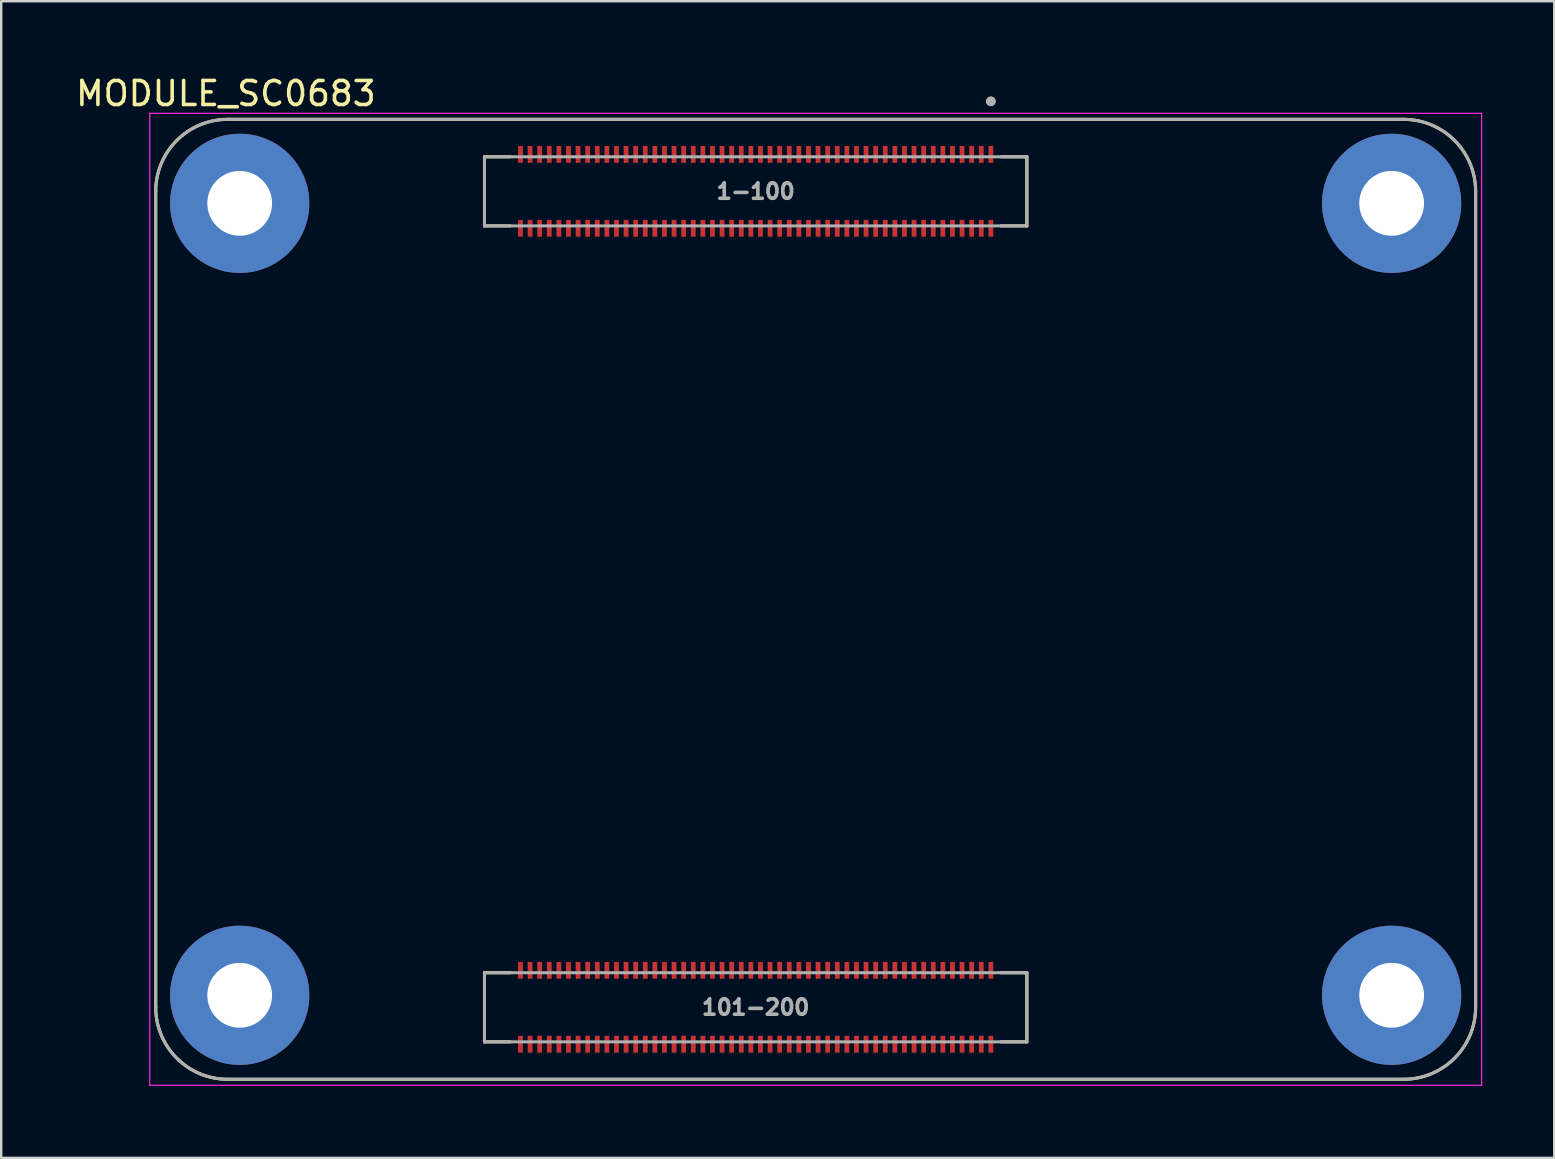
<source format=kicad_pcb>
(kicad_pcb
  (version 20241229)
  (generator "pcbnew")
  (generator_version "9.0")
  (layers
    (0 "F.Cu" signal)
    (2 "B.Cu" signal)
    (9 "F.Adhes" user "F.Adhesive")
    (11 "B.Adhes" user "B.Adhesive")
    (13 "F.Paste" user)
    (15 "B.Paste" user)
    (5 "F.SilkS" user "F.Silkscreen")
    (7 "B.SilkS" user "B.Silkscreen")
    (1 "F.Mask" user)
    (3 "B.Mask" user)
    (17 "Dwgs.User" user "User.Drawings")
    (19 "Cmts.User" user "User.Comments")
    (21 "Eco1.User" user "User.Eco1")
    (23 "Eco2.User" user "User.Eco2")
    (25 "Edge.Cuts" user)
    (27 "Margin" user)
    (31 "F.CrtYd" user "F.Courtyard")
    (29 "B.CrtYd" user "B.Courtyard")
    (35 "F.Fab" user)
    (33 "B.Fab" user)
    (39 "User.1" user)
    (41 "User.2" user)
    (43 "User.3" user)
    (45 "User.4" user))
  (footprint "MODULE_SC0683"
    (layer "F.Cu")
    (at 30.938 21.923)
    (property "Reference" "MODULE_SC0683" (at -24.575 -21.075 0) (layer "F.SilkS") (effects (font (size 1 1) (thickness 0.15))))
    (attr smd)
    (fp_line (start -27.5 -17) (end -27.5 17) (stroke (width 0.127) (type solid)) (layer "F.SilkS"))
    (fp_line (start -24.5 20) (end 24.5 20) (stroke (width 0.127) (type solid)) (layer "F.SilkS"))
    (fp_line (start -13.8 -18.44) (end -13.8 -15.56) (stroke (width 0.127) (type solid)) (layer "F.SilkS"))
    (fp_line (start -13.8 -15.56) (end -12.72 -15.56) (stroke (width 0.127) (type solid)) (layer "F.SilkS"))
    (fp_line (start -13.8 15.56) (end -13.8 18.44) (stroke (width 0.127) (type solid)) (layer "F.SilkS"))
    (fp_line (start -13.8 18.44) (end -12.72 18.44) (stroke (width 0.127) (type solid)) (layer "F.SilkS"))
    (fp_line (start -12.72 -18.44) (end -13.8 -18.44) (stroke (width 0.127) (type solid)) (layer "F.SilkS"))
    (fp_line (start -12.72 15.56) (end -13.8 15.56) (stroke (width 0.127) (type solid)) (layer "F.SilkS"))
    (fp_line (start 7.72 -18.44) (end 8.8 -18.44) (stroke (width 0.127) (type solid)) (layer "F.SilkS"))
    (fp_line (start 7.72 15.56) (end 8.8 15.56) (stroke (width 0.127) (type solid)) (layer "F.SilkS"))
    (fp_line (start 8.8 -18.44) (end 8.8 -15.56) (stroke (width 0.127) (type solid)) (layer "F.SilkS"))
    (fp_line (start 8.8 -15.56) (end 7.72 -15.56) (stroke (width 0.127) (type solid)) (layer "F.SilkS"))
    (fp_line (start 8.8 15.56) (end 8.8 18.44) (stroke (width 0.127) (type solid)) (layer "F.SilkS"))
    (fp_line (start 8.8 18.44) (end 7.72 18.44) (stroke (width 0.127) (type solid)) (layer "F.SilkS"))
    (fp_line (start 24.5 -20) (end -24.5 -20) (stroke (width 0.127) (type solid)) (layer "F.SilkS"))
    (fp_line (start 27.5 17) (end 27.5 -17) (stroke (width 0.127) (type solid)) (layer "F.SilkS"))
    (fp_arc (start -27.5 -17) (mid -26.62132 -19.12132) (end -24.5 -20) (stroke (width 0.127) (type solid)) (layer "F.SilkS"))
    (fp_arc (start -24.5 20) (mid -26.62132 19.12132) (end -27.5 17) (stroke (width 0.127) (type solid)) (layer "F.SilkS"))
    (fp_arc (start 24.5 -20) (mid 26.62132 -19.12132) (end 27.5 -17) (stroke (width 0.127) (type solid)) (layer "F.SilkS"))
    (fp_arc (start 27.5 17) (mid 26.62132 19.12132) (end 24.5 20) (stroke (width 0.127) (type solid)) (layer "F.SilkS"))
    (fp_circle (center 7.3 -20.75) (end 7.4 -20.75) (stroke (width 0.2) (type solid)) (fill no) (layer "F.SilkS"))
    (fp_line (start -27.75 -20.25) (end -27.75 20.25) (stroke (width 0.05) (type solid)) (layer "F.CrtYd"))
    (fp_line (start -27.75 20.25) (end 27.75 20.25) (stroke (width 0.05) (type solid)) (layer "F.CrtYd"))
    (fp_line (start 27.75 -20.25) (end -27.75 -20.25) (stroke (width 0.05) (type solid)) (layer "F.CrtYd"))
    (fp_line (start 27.75 20.25) (end 27.75 -20.25) (stroke (width 0.05) (type solid)) (layer "F.CrtYd"))
    (fp_line (start -27.5 -17) (end -27.5 17) (stroke (width 0.127) (type solid)) (layer "F.Fab"))
    (fp_line (start -24.5 20) (end 24.5 20) (stroke (width 0.127) (type solid)) (layer "F.Fab"))
    (fp_line (start -13.8 -18.44) (end 8.8 -18.44) (stroke (width 0.127) (type solid)) (layer "F.Fab"))
    (fp_line (start -13.8 -15.56) (end -13.8 -18.44) (stroke (width 0.127) (type solid)) (layer "F.Fab"))
    (fp_line (start -13.8 15.56) (end 8.8 15.56) (stroke (width 0.127) (type solid)) (layer "F.Fab"))
    (fp_line (start -13.8 18.44) (end -13.8 15.56) (stroke (width 0.127) (type solid)) (layer "F.Fab"))
    (fp_line (start 8.8 -18.44) (end 8.8 -15.56) (stroke (width 0.127) (type solid)) (layer "F.Fab"))
    (fp_line (start 8.8 -15.56) (end -13.8 -15.56) (stroke (width 0.127) (type solid)) (layer "F.Fab"))
    (fp_line (start 8.8 15.56) (end 8.8 18.44) (stroke (width 0.127) (type solid)) (layer "F.Fab"))
    (fp_line (start 8.8 18.44) (end -13.8 18.44) (stroke (width 0.127) (type solid)) (layer "F.Fab"))
    (fp_line (start 24.5 -20) (end -24.5 -20) (stroke (width 0.127) (type solid)) (layer "F.Fab"))
    (fp_line (start 27.5 17) (end 27.5 -17) (stroke (width 0.127) (type solid)) (layer "F.Fab"))
    (fp_arc (start -27.5 -17) (mid -26.62132 -19.12132) (end -24.5 -20) (stroke (width 0.127) (type solid)) (layer "F.Fab"))
    (fp_arc (start -24.5 20) (mid -26.62132 19.12132) (end -27.5 17) (stroke (width 0.127) (type solid)) (layer "F.Fab"))
    (fp_arc (start 24.5 -20) (mid 26.62132 -19.12132) (end 27.5 -17) (stroke (width 0.127) (type solid)) (layer "F.Fab"))
    (fp_arc (start 27.5 17) (mid 26.62132 19.12132) (end 24.5 20) (stroke (width 0.127) (type solid)) (layer "F.Fab"))
    (fp_circle (center 7.3 -20.75) (end 7.4 -20.75) (stroke (width 0.2) (type solid)) (fill no) (layer "F.Fab"))
    (fp_text user "1-100" (at -2.5 -17 0) (layer "F.Fab") (effects (font (size 0.64 0.64) (thickness 0.15))))
    (fp_text user "101-200" (at -2.5 17 0) (layer "F.Fab") (effects (font (size 0.64 0.64) (thickness 0.15))))
    (pad "1" smd rect (at 7.3 -18.54) (size 0.2 0.7) (layers "F.Cu" "F.Mask" "F.Paste"))
    (pad "2" smd rect (at 7.3 -15.46) (size 0.2 0.7) (layers "F.Cu" "F.Mask" "F.Paste"))
    (pad "3" smd rect (at 6.9 -18.54) (size 0.2 0.7) (layers "F.Cu" "F.Mask" "F.Paste"))
    (pad "4" smd rect (at 6.9 -15.46) (size 0.2 0.7) (layers "F.Cu" "F.Mask" "F.Paste"))
    (pad "5" smd rect (at 6.5 -18.54) (size 0.2 0.7) (layers "F.Cu" "F.Mask" "F.Paste"))
    (pad "6" smd rect (at 6.5 -15.46) (size 0.2 0.7) (layers "F.Cu" "F.Mask" "F.Paste"))
    (pad "7" smd rect (at 6.1 -18.54) (size 0.2 0.7) (layers "F.Cu" "F.Mask" "F.Paste"))
    (pad "8" smd rect (at 6.1 -15.46) (size 0.2 0.7) (layers "F.Cu" "F.Mask" "F.Paste"))
    (pad "9" smd rect (at 5.7 -18.54) (size 0.2 0.7) (layers "F.Cu" "F.Mask" "F.Paste"))
    (pad "10" smd rect (at 5.7 -15.46) (size 0.2 0.7) (layers "F.Cu" "F.Mask" "F.Paste"))
    (pad "11" smd rect (at 5.3 -18.54) (size 0.2 0.7) (layers "F.Cu" "F.Mask" "F.Paste"))
    (pad "12" smd rect (at 5.3 -15.46) (size 0.2 0.7) (layers "F.Cu" "F.Mask" "F.Paste"))
    (pad "13" smd rect (at 4.9 -18.54) (size 0.2 0.7) (layers "F.Cu" "F.Mask" "F.Paste"))
    (pad "14" smd rect (at 4.9 -15.46) (size 0.2 0.7) (layers "F.Cu" "F.Mask" "F.Paste"))
    (pad "15" smd rect (at 4.5 -18.54) (size 0.2 0.7) (layers "F.Cu" "F.Mask" "F.Paste"))
    (pad "16" smd rect (at 4.5 -15.46) (size 0.2 0.7) (layers "F.Cu" "F.Mask" "F.Paste"))
    (pad "17" smd rect (at 4.1 -18.54) (size 0.2 0.7) (layers "F.Cu" "F.Mask" "F.Paste"))
    (pad "18" smd rect (at 4.1 -15.46) (size 0.2 0.7) (layers "F.Cu" "F.Mask" "F.Paste"))
    (pad "19" smd rect (at 3.7 -18.54) (size 0.2 0.7) (layers "F.Cu" "F.Mask" "F.Paste"))
    (pad "20" smd rect (at 3.7 -15.46) (size 0.2 0.7) (layers "F.Cu" "F.Mask" "F.Paste"))
    (pad "21" smd rect (at 3.3 -18.54) (size 0.2 0.7) (layers "F.Cu" "F.Mask" "F.Paste"))
    (pad "22" smd rect (at 3.3 -15.46) (size 0.2 0.7) (layers "F.Cu" "F.Mask" "F.Paste"))
    (pad "23" smd rect (at 2.9 -18.54) (size 0.2 0.7) (layers "F.Cu" "F.Mask" "F.Paste"))
    (pad "24" smd rect (at 2.9 -15.46) (size 0.2 0.7) (layers "F.Cu" "F.Mask" "F.Paste"))
    (pad "25" smd rect (at 2.5 -18.54) (size 0.2 0.7) (layers "F.Cu" "F.Mask" "F.Paste"))
    (pad "26" smd rect (at 2.5 -15.46) (size 0.2 0.7) (layers "F.Cu" "F.Mask" "F.Paste"))
    (pad "27" smd rect (at 2.1 -18.54) (size 0.2 0.7) (layers "F.Cu" "F.Mask" "F.Paste"))
    (pad "28" smd rect (at 2.1 -15.46) (size 0.2 0.7) (layers "F.Cu" "F.Mask" "F.Paste"))
    (pad "29" smd rect (at 1.7 -18.54) (size 0.2 0.7) (layers "F.Cu" "F.Mask" "F.Paste"))
    (pad "30" smd rect (at 1.7 -15.46) (size 0.2 0.7) (layers "F.Cu" "F.Mask" "F.Paste"))
    (pad "31" smd rect (at 1.3 -18.54) (size 0.2 0.7) (layers "F.Cu" "F.Mask" "F.Paste"))
    (pad "32" smd rect (at 1.3 -15.46) (size 0.2 0.7) (layers "F.Cu" "F.Mask" "F.Paste"))
    (pad "33" smd rect (at 0.9 -18.54) (size 0.2 0.7) (layers "F.Cu" "F.Mask" "F.Paste"))
    (pad "34" smd rect (at 0.9 -15.46) (size 0.2 0.7) (layers "F.Cu" "F.Mask" "F.Paste"))
    (pad "35" smd rect (at 0.5 -18.54) (size 0.2 0.7) (layers "F.Cu" "F.Mask" "F.Paste"))
    (pad "36" smd rect (at 0.5 -15.46) (size 0.2 0.7) (layers "F.Cu" "F.Mask" "F.Paste"))
    (pad "37" smd rect (at 0.1 -18.54) (size 0.2 0.7) (layers "F.Cu" "F.Mask" "F.Paste"))
    (pad "38" smd rect (at 0.1 -15.46) (size 0.2 0.7) (layers "F.Cu" "F.Mask" "F.Paste"))
    (pad "39" smd rect (at -0.3 -18.54) (size 0.2 0.7) (layers "F.Cu" "F.Mask" "F.Paste"))
    (pad "40" smd rect (at -0.3 -15.46) (size 0.2 0.7) (layers "F.Cu" "F.Mask" "F.Paste"))
    (pad "41" smd rect (at -0.7 -18.54) (size 0.2 0.7) (layers "F.Cu" "F.Mask" "F.Paste"))
    (pad "42" smd rect (at -0.7 -15.46) (size 0.2 0.7) (layers "F.Cu" "F.Mask" "F.Paste"))
    (pad "43" smd rect (at -1.1 -18.54) (size 0.2 0.7) (layers "F.Cu" "F.Mask" "F.Paste"))
    (pad "44" smd rect (at -1.1 -15.46) (size 0.2 0.7) (layers "F.Cu" "F.Mask" "F.Paste"))
    (pad "45" smd rect (at -1.5 -18.54) (size 0.2 0.7) (layers "F.Cu" "F.Mask" "F.Paste"))
    (pad "46" smd rect (at -1.5 -15.46) (size 0.2 0.7) (layers "F.Cu" "F.Mask" "F.Paste"))
    (pad "47" smd rect (at -1.9 -18.54) (size 0.2 0.7) (layers "F.Cu" "F.Mask" "F.Paste"))
    (pad "48" smd rect (at -1.9 -15.46) (size 0.2 0.7) (layers "F.Cu" "F.Mask" "F.Paste"))
    (pad "49" smd rect (at -2.3 -18.54) (size 0.2 0.7) (layers "F.Cu" "F.Mask" "F.Paste"))
    (pad "50" smd rect (at -2.3 -15.46) (size 0.2 0.7) (layers "F.Cu" "F.Mask" "F.Paste"))
    (pad "51" smd rect (at -2.7 -18.54) (size 0.2 0.7) (layers "F.Cu" "F.Mask" "F.Paste"))
    (pad "52" smd rect (at -2.7 -15.46) (size 0.2 0.7) (layers "F.Cu" "F.Mask" "F.Paste"))
    (pad "53" smd rect (at -3.1 -18.54) (size 0.2 0.7) (layers "F.Cu" "F.Mask" "F.Paste"))
    (pad "54" smd rect (at -3.1 -15.46) (size 0.2 0.7) (layers "F.Cu" "F.Mask" "F.Paste"))
    (pad "55" smd rect (at -3.5 -18.54) (size 0.2 0.7) (layers "F.Cu" "F.Mask" "F.Paste"))
    (pad "56" smd rect (at -3.5 -15.46) (size 0.2 0.7) (layers "F.Cu" "F.Mask" "F.Paste"))
    (pad "57" smd rect (at -3.9 -18.54) (size 0.2 0.7) (layers "F.Cu" "F.Mask" "F.Paste"))
    (pad "58" smd rect (at -3.9 -15.46) (size 0.2 0.7) (layers "F.Cu" "F.Mask" "F.Paste"))
    (pad "59" smd rect (at -4.3 -18.54) (size 0.2 0.7) (layers "F.Cu" "F.Mask" "F.Paste"))
    (pad "60" smd rect (at -4.3 -15.46) (size 0.2 0.7) (layers "F.Cu" "F.Mask" "F.Paste"))
    (pad "61" smd rect (at -4.7 -18.54) (size 0.2 0.7) (layers "F.Cu" "F.Mask" "F.Paste"))
    (pad "62" smd rect (at -4.7 -15.46) (size 0.2 0.7) (layers "F.Cu" "F.Mask" "F.Paste"))
    (pad "63" smd rect (at -5.1 -18.54) (size 0.2 0.7) (layers "F.Cu" "F.Mask" "F.Paste"))
    (pad "64" smd rect (at -5.1 -15.46) (size 0.2 0.7) (layers "F.Cu" "F.Mask" "F.Paste"))
    (pad "65" smd rect (at -5.5 -18.54) (size 0.2 0.7) (layers "F.Cu" "F.Mask" "F.Paste"))
    (pad "66" smd rect (at -5.5 -15.46) (size 0.2 0.7) (layers "F.Cu" "F.Mask" "F.Paste"))
    (pad "67" smd rect (at -5.9 -18.54) (size 0.2 0.7) (layers "F.Cu" "F.Mask" "F.Paste"))
    (pad "68" smd rect (at -5.9 -15.46) (size 0.2 0.7) (layers "F.Cu" "F.Mask" "F.Paste"))
    (pad "69" smd rect (at -6.3 -18.54) (size 0.2 0.7) (layers "F.Cu" "F.Mask" "F.Paste"))
    (pad "70" smd rect (at -6.3 -15.46) (size 0.2 0.7) (layers "F.Cu" "F.Mask" "F.Paste"))
    (pad "71" smd rect (at -6.7 -18.54) (size 0.2 0.7) (layers "F.Cu" "F.Mask" "F.Paste"))
    (pad "72" smd rect (at -6.7 -15.46) (size 0.2 0.7) (layers "F.Cu" "F.Mask" "F.Paste"))
    (pad "73" smd rect (at -7.1 -18.54) (size 0.2 0.7) (layers "F.Cu" "F.Mask" "F.Paste"))
    (pad "74" smd rect (at -7.1 -15.46) (size 0.2 0.7) (layers "F.Cu" "F.Mask" "F.Paste"))
    (pad "75" smd rect (at -7.5 -18.54) (size 0.2 0.7) (layers "F.Cu" "F.Mask" "F.Paste"))
    (pad "76" smd rect (at -7.5 -15.46) (size 0.2 0.7) (layers "F.Cu" "F.Mask" "F.Paste"))
    (pad "77" smd rect (at -7.9 -18.54) (size 0.2 0.7) (layers "F.Cu" "F.Mask" "F.Paste"))
    (pad "78" smd rect (at -7.9 -15.46) (size 0.2 0.7) (layers "F.Cu" "F.Mask" "F.Paste"))
    (pad "79" smd rect (at -8.3 -18.54) (size 0.2 0.7) (layers "F.Cu" "F.Mask" "F.Paste"))
    (pad "80" smd rect (at -8.3 -15.46) (size 0.2 0.7) (layers "F.Cu" "F.Mask" "F.Paste"))
    (pad "81" smd rect (at -8.7 -18.54) (size 0.2 0.7) (layers "F.Cu" "F.Mask" "F.Paste"))
    (pad "82" smd rect (at -8.7 -15.46) (size 0.2 0.7) (layers "F.Cu" "F.Mask" "F.Paste"))
    (pad "83" smd rect (at -9.1 -18.54) (size 0.2 0.7) (layers "F.Cu" "F.Mask" "F.Paste"))
    (pad "84" smd rect (at -9.1 -15.46) (size 0.2 0.7) (layers "F.Cu" "F.Mask" "F.Paste"))
    (pad "85" smd rect (at -9.5 -18.54) (size 0.2 0.7) (layers "F.Cu" "F.Mask" "F.Paste"))
    (pad "86" smd rect (at -9.5 -15.46) (size 0.2 0.7) (layers "F.Cu" "F.Mask" "F.Paste"))
    (pad "87" smd rect (at -9.9 -18.54) (size 0.2 0.7) (layers "F.Cu" "F.Mask" "F.Paste"))
    (pad "88" smd rect (at -9.9 -15.46) (size 0.2 0.7) (layers "F.Cu" "F.Mask" "F.Paste"))
    (pad "89" smd rect (at -10.3 -18.54) (size 0.2 0.7) (layers "F.Cu" "F.Mask" "F.Paste"))
    (pad "90" smd rect (at -10.3 -15.46) (size 0.2 0.7) (layers "F.Cu" "F.Mask" "F.Paste"))
    (pad "91" smd rect (at -10.7 -18.54) (size 0.2 0.7) (layers "F.Cu" "F.Mask" "F.Paste"))
    (pad "92" smd rect (at -10.7 -15.46) (size 0.2 0.7) (layers "F.Cu" "F.Mask" "F.Paste"))
    (pad "93" smd rect (at -11.1 -18.54) (size 0.2 0.7) (layers "F.Cu" "F.Mask" "F.Paste"))
    (pad "94" smd rect (at -11.1 -15.46) (size 0.2 0.7) (layers "F.Cu" "F.Mask" "F.Paste"))
    (pad "95" smd rect (at -11.5 -18.54) (size 0.2 0.7) (layers "F.Cu" "F.Mask" "F.Paste"))
    (pad "96" smd rect (at -11.5 -15.46) (size 0.2 0.7) (layers "F.Cu" "F.Mask" "F.Paste"))
    (pad "97" smd rect (at -11.9 -18.54) (size 0.2 0.7) (layers "F.Cu" "F.Mask" "F.Paste"))
    (pad "98" smd rect (at -11.9 -15.46) (size 0.2 0.7) (layers "F.Cu" "F.Mask" "F.Paste"))
    (pad "99" smd rect (at -12.3 -18.54) (size 0.2 0.7) (layers "F.Cu" "F.Mask" "F.Paste"))
    (pad "100" smd rect (at -12.3 -15.46) (size 0.2 0.7) (layers "F.Cu" "F.Mask" "F.Paste"))
    (pad "101" smd rect (at 7.3 15.46) (size 0.2 0.7) (layers "F.Cu" "F.Mask" "F.Paste"))
    (pad "102" smd rect (at 7.3 18.54) (size 0.2 0.7) (layers "F.Cu" "F.Mask" "F.Paste"))
    (pad "103" smd rect (at 6.9 15.46) (size 0.2 0.7) (layers "F.Cu" "F.Mask" "F.Paste"))
    (pad "104" smd rect (at 6.9 18.54) (size 0.2 0.7) (layers "F.Cu" "F.Mask" "F.Paste"))
    (pad "105" smd rect (at 6.5 15.46) (size 0.2 0.7) (layers "F.Cu" "F.Mask" "F.Paste"))
    (pad "106" smd rect (at 6.5 18.54) (size 0.2 0.7) (layers "F.Cu" "F.Mask" "F.Paste"))
    (pad "107" smd rect (at 6.1 15.46) (size 0.2 0.7) (layers "F.Cu" "F.Mask" "F.Paste"))
    (pad "108" smd rect (at 6.1 18.54) (size 0.2 0.7) (layers "F.Cu" "F.Mask" "F.Paste"))
    (pad "109" smd rect (at 5.7 15.46) (size 0.2 0.7) (layers "F.Cu" "F.Mask" "F.Paste"))
    (pad "110" smd rect (at 5.7 18.54) (size 0.2 0.7) (layers "F.Cu" "F.Mask" "F.Paste"))
    (pad "111" smd rect (at 5.3 15.46) (size 0.2 0.7) (layers "F.Cu" "F.Mask" "F.Paste"))
    (pad "112" smd rect (at 5.3 18.54) (size 0.2 0.7) (layers "F.Cu" "F.Mask" "F.Paste"))
    (pad "113" smd rect (at 4.9 15.46) (size 0.2 0.7) (layers "F.Cu" "F.Mask" "F.Paste"))
    (pad "114" smd rect (at 4.9 18.54) (size 0.2 0.7) (layers "F.Cu" "F.Mask" "F.Paste"))
    (pad "115" smd rect (at 4.5 15.46) (size 0.2 0.7) (layers "F.Cu" "F.Mask" "F.Paste"))
    (pad "116" smd rect (at 4.5 18.54) (size 0.2 0.7) (layers "F.Cu" "F.Mask" "F.Paste"))
    (pad "117" smd rect (at 4.1 15.46) (size 0.2 0.7) (layers "F.Cu" "F.Mask" "F.Paste"))
    (pad "118" smd rect (at 4.1 18.54) (size 0.2 0.7) (layers "F.Cu" "F.Mask" "F.Paste"))
    (pad "119" smd rect (at 3.7 15.46) (size 0.2 0.7) (layers "F.Cu" "F.Mask" "F.Paste"))
    (pad "120" smd rect (at 3.7 18.54) (size 0.2 0.7) (layers "F.Cu" "F.Mask" "F.Paste"))
    (pad "121" smd rect (at 3.3 15.46) (size 0.2 0.7) (layers "F.Cu" "F.Mask" "F.Paste"))
    (pad "122" smd rect (at 3.3 18.54) (size 0.2 0.7) (layers "F.Cu" "F.Mask" "F.Paste"))
    (pad "123" smd rect (at 2.9 15.46) (size 0.2 0.7) (layers "F.Cu" "F.Mask" "F.Paste"))
    (pad "124" smd rect (at 2.9 18.54) (size 0.2 0.7) (layers "F.Cu" "F.Mask" "F.Paste"))
    (pad "125" smd rect (at 2.5 15.46) (size 0.2 0.7) (layers "F.Cu" "F.Mask" "F.Paste"))
    (pad "126" smd rect (at 2.5 18.54) (size 0.2 0.7) (layers "F.Cu" "F.Mask" "F.Paste"))
    (pad "127" smd rect (at 2.1 15.46) (size 0.2 0.7) (layers "F.Cu" "F.Mask" "F.Paste"))
    (pad "128" smd rect (at 2.1 18.54) (size 0.2 0.7) (layers "F.Cu" "F.Mask" "F.Paste"))
    (pad "129" smd rect (at 1.7 15.46) (size 0.2 0.7) (layers "F.Cu" "F.Mask" "F.Paste"))
    (pad "130" smd rect (at 1.7 18.54) (size 0.2 0.7) (layers "F.Cu" "F.Mask" "F.Paste"))
    (pad "131" smd rect (at 1.3 15.46) (size 0.2 0.7) (layers "F.Cu" "F.Mask" "F.Paste"))
    (pad "132" smd rect (at 1.3 18.54) (size 0.2 0.7) (layers "F.Cu" "F.Mask" "F.Paste"))
    (pad "133" smd rect (at 0.9 15.46) (size 0.2 0.7) (layers "F.Cu" "F.Mask" "F.Paste"))
    (pad "134" smd rect (at 0.9 18.54) (size 0.2 0.7) (layers "F.Cu" "F.Mask" "F.Paste"))
    (pad "135" smd rect (at 0.5 15.46) (size 0.2 0.7) (layers "F.Cu" "F.Mask" "F.Paste"))
    (pad "136" smd rect (at 0.5 18.54) (size 0.2 0.7) (layers "F.Cu" "F.Mask" "F.Paste"))
    (pad "137" smd rect (at 0.1 15.46) (size 0.2 0.7) (layers "F.Cu" "F.Mask" "F.Paste"))
    (pad "138" smd rect (at 0.1 18.54) (size 0.2 0.7) (layers "F.Cu" "F.Mask" "F.Paste"))
    (pad "139" smd rect (at -0.3 15.46) (size 0.2 0.7) (layers "F.Cu" "F.Mask" "F.Paste"))
    (pad "140" smd rect (at -0.3 18.54) (size 0.2 0.7) (layers "F.Cu" "F.Mask" "F.Paste"))
    (pad "141" smd rect (at -0.7 15.46) (size 0.2 0.7) (layers "F.Cu" "F.Mask" "F.Paste"))
    (pad "142" smd rect (at -0.7 18.54) (size 0.2 0.7) (layers "F.Cu" "F.Mask" "F.Paste"))
    (pad "143" smd rect (at -1.1 15.46) (size 0.2 0.7) (layers "F.Cu" "F.Mask" "F.Paste"))
    (pad "144" smd rect (at -1.1 18.54) (size 0.2 0.7) (layers "F.Cu" "F.Mask" "F.Paste"))
    (pad "145" smd rect (at -1.5 15.46) (size 0.2 0.7) (layers "F.Cu" "F.Mask" "F.Paste"))
    (pad "146" smd rect (at -1.5 18.54) (size 0.2 0.7) (layers "F.Cu" "F.Mask" "F.Paste"))
    (pad "147" smd rect (at -1.9 15.46) (size 0.2 0.7) (layers "F.Cu" "F.Mask" "F.Paste"))
    (pad "148" smd rect (at -1.9 18.54) (size 0.2 0.7) (layers "F.Cu" "F.Mask" "F.Paste"))
    (pad "149" smd rect (at -2.3 15.46) (size 0.2 0.7) (layers "F.Cu" "F.Mask" "F.Paste"))
    (pad "150" smd rect (at -2.3 18.54) (size 0.2 0.7) (layers "F.Cu" "F.Mask" "F.Paste"))
    (pad "151" smd rect (at -2.7 15.46) (size 0.2 0.7) (layers "F.Cu" "F.Mask" "F.Paste"))
    (pad "152" smd rect (at -2.7 18.54) (size 0.2 0.7) (layers "F.Cu" "F.Mask" "F.Paste"))
    (pad "153" smd rect (at -3.1 15.46) (size 0.2 0.7) (layers "F.Cu" "F.Mask" "F.Paste"))
    (pad "154" smd rect (at -3.1 18.54) (size 0.2 0.7) (layers "F.Cu" "F.Mask" "F.Paste"))
    (pad "155" smd rect (at -3.5 15.46) (size 0.2 0.7) (layers "F.Cu" "F.Mask" "F.Paste"))
    (pad "156" smd rect (at -3.5 18.54) (size 0.2 0.7) (layers "F.Cu" "F.Mask" "F.Paste"))
    (pad "157" smd rect (at -3.9 15.46) (size 0.2 0.7) (layers "F.Cu" "F.Mask" "F.Paste"))
    (pad "158" smd rect (at -3.9 18.54) (size 0.2 0.7) (layers "F.Cu" "F.Mask" "F.Paste"))
    (pad "159" smd rect (at -4.3 15.46) (size 0.2 0.7) (layers "F.Cu" "F.Mask" "F.Paste"))
    (pad "160" smd rect (at -4.3 18.54) (size 0.2 0.7) (layers "F.Cu" "F.Mask" "F.Paste"))
    (pad "161" smd rect (at -4.7 15.46) (size 0.2 0.7) (layers "F.Cu" "F.Mask" "F.Paste"))
    (pad "162" smd rect (at -4.7 18.54) (size 0.2 0.7) (layers "F.Cu" "F.Mask" "F.Paste"))
    (pad "163" smd rect (at -5.1 15.46) (size 0.2 0.7) (layers "F.Cu" "F.Mask" "F.Paste"))
    (pad "164" smd rect (at -5.1 18.54) (size 0.2 0.7) (layers "F.Cu" "F.Mask" "F.Paste"))
    (pad "165" smd rect (at -5.5 15.46) (size 0.2 0.7) (layers "F.Cu" "F.Mask" "F.Paste"))
    (pad "166" smd rect (at -5.5 18.54) (size 0.2 0.7) (layers "F.Cu" "F.Mask" "F.Paste"))
    (pad "167" smd rect (at -5.9 15.46) (size 0.2 0.7) (layers "F.Cu" "F.Mask" "F.Paste"))
    (pad "168" smd rect (at -5.9 18.54) (size 0.2 0.7) (layers "F.Cu" "F.Mask" "F.Paste"))
    (pad "169" smd rect (at -6.3 15.46) (size 0.2 0.7) (layers "F.Cu" "F.Mask" "F.Paste"))
    (pad "170" smd rect (at -6.3 18.54) (size 0.2 0.7) (layers "F.Cu" "F.Mask" "F.Paste"))
    (pad "171" smd rect (at -6.7 15.46) (size 0.2 0.7) (layers "F.Cu" "F.Mask" "F.Paste"))
    (pad "172" smd rect (at -6.7 18.54) (size 0.2 0.7) (layers "F.Cu" "F.Mask" "F.Paste"))
    (pad "173" smd rect (at -7.1 15.46) (size 0.2 0.7) (layers "F.Cu" "F.Mask" "F.Paste"))
    (pad "174" smd rect (at -7.1 18.54) (size 0.2 0.7) (layers "F.Cu" "F.Mask" "F.Paste"))
    (pad "175" smd rect (at -7.5 15.46) (size 0.2 0.7) (layers "F.Cu" "F.Mask" "F.Paste"))
    (pad "176" smd rect (at -7.5 18.54) (size 0.2 0.7) (layers "F.Cu" "F.Mask" "F.Paste"))
    (pad "177" smd rect (at -7.9 15.46) (size 0.2 0.7) (layers "F.Cu" "F.Mask" "F.Paste"))
    (pad "178" smd rect (at -7.9 18.54) (size 0.2 0.7) (layers "F.Cu" "F.Mask" "F.Paste"))
    (pad "179" smd rect (at -8.3 15.46) (size 0.2 0.7) (layers "F.Cu" "F.Mask" "F.Paste"))
    (pad "180" smd rect (at -8.3 18.54) (size 0.2 0.7) (layers "F.Cu" "F.Mask" "F.Paste"))
    (pad "181" smd rect (at -8.7 15.46) (size 0.2 0.7) (layers "F.Cu" "F.Mask" "F.Paste"))
    (pad "182" smd rect (at -8.7 18.54) (size 0.2 0.7) (layers "F.Cu" "F.Mask" "F.Paste"))
    (pad "183" smd rect (at -9.1 15.46) (size 0.2 0.7) (layers "F.Cu" "F.Mask" "F.Paste"))
    (pad "184" smd rect (at -9.1 18.54) (size 0.2 0.7) (layers "F.Cu" "F.Mask" "F.Paste"))
    (pad "185" smd rect (at -9.5 15.46) (size 0.2 0.7) (layers "F.Cu" "F.Mask" "F.Paste"))
    (pad "186" smd rect (at -9.5 18.54) (size 0.2 0.7) (layers "F.Cu" "F.Mask" "F.Paste"))
    (pad "187" smd rect (at -9.9 15.46) (size 0.2 0.7) (layers "F.Cu" "F.Mask" "F.Paste"))
    (pad "188" smd rect (at -9.9 18.54) (size 0.2 0.7) (layers "F.Cu" "F.Mask" "F.Paste"))
    (pad "189" smd rect (at -10.3 15.46) (size 0.2 0.7) (layers "F.Cu" "F.Mask" "F.Paste"))
    (pad "190" smd rect (at -10.3 18.54) (size 0.2 0.7) (layers "F.Cu" "F.Mask" "F.Paste"))
    (pad "191" smd rect (at -10.7 15.46) (size 0.2 0.7) (layers "F.Cu" "F.Mask" "F.Paste"))
    (pad "192" smd rect (at -10.7 18.54) (size 0.2 0.7) (layers "F.Cu" "F.Mask" "F.Paste"))
    (pad "193" smd rect (at -11.1 15.46) (size 0.2 0.7) (layers "F.Cu" "F.Mask" "F.Paste"))
    (pad "194" smd rect (at -11.1 18.54) (size 0.2 0.7) (layers "F.Cu" "F.Mask" "F.Paste"))
    (pad "195" smd rect (at -11.5 15.46) (size 0.2 0.7) (layers "F.Cu" "F.Mask" "F.Paste"))
    (pad "196" smd rect (at -11.5 18.54) (size 0.2 0.7) (layers "F.Cu" "F.Mask" "F.Paste"))
    (pad "197" smd rect (at -11.9 15.46) (size 0.2 0.7) (layers "F.Cu" "F.Mask" "F.Paste"))
    (pad "198" smd rect (at -11.9 18.54) (size 0.2 0.7) (layers "F.Cu" "F.Mask" "F.Paste"))
    (pad "199" smd rect (at -12.3 15.46) (size 0.2 0.7) (layers "F.Cu" "F.Mask" "F.Paste"))
    (pad "200" smd rect (at -12.3 18.54) (size 0.2 0.7) (layers "F.Cu" "F.Mask" "F.Paste"))
    (pad "SH1" thru_hole circle (at -24 -16.5) (size 5.8 5.8) (drill 2.7) (layers "*.Cu" "*.Mask"))
    (pad "SH2" thru_hole circle (at 24 -16.5) (size 5.8 5.8) (drill 2.7) (layers "*.Cu" "*.Mask"))
    (pad "SH3" thru_hole circle (at -24 16.5) (size 5.8 5.8) (drill 2.7) (layers "*.Cu" "*.Mask"))
    (pad "SH4" thru_hole circle (at 24 16.5) (size 5.8 5.8) (drill 2.7) (layers "*.Cu" "*.Mask")))
  (gr_rect
    (start -3 -3)
    (end 61.713 45.198)
    (stroke (width 0.1) (type default))
    (fill no)
    (layer "Edge.Cuts")))
</source>
